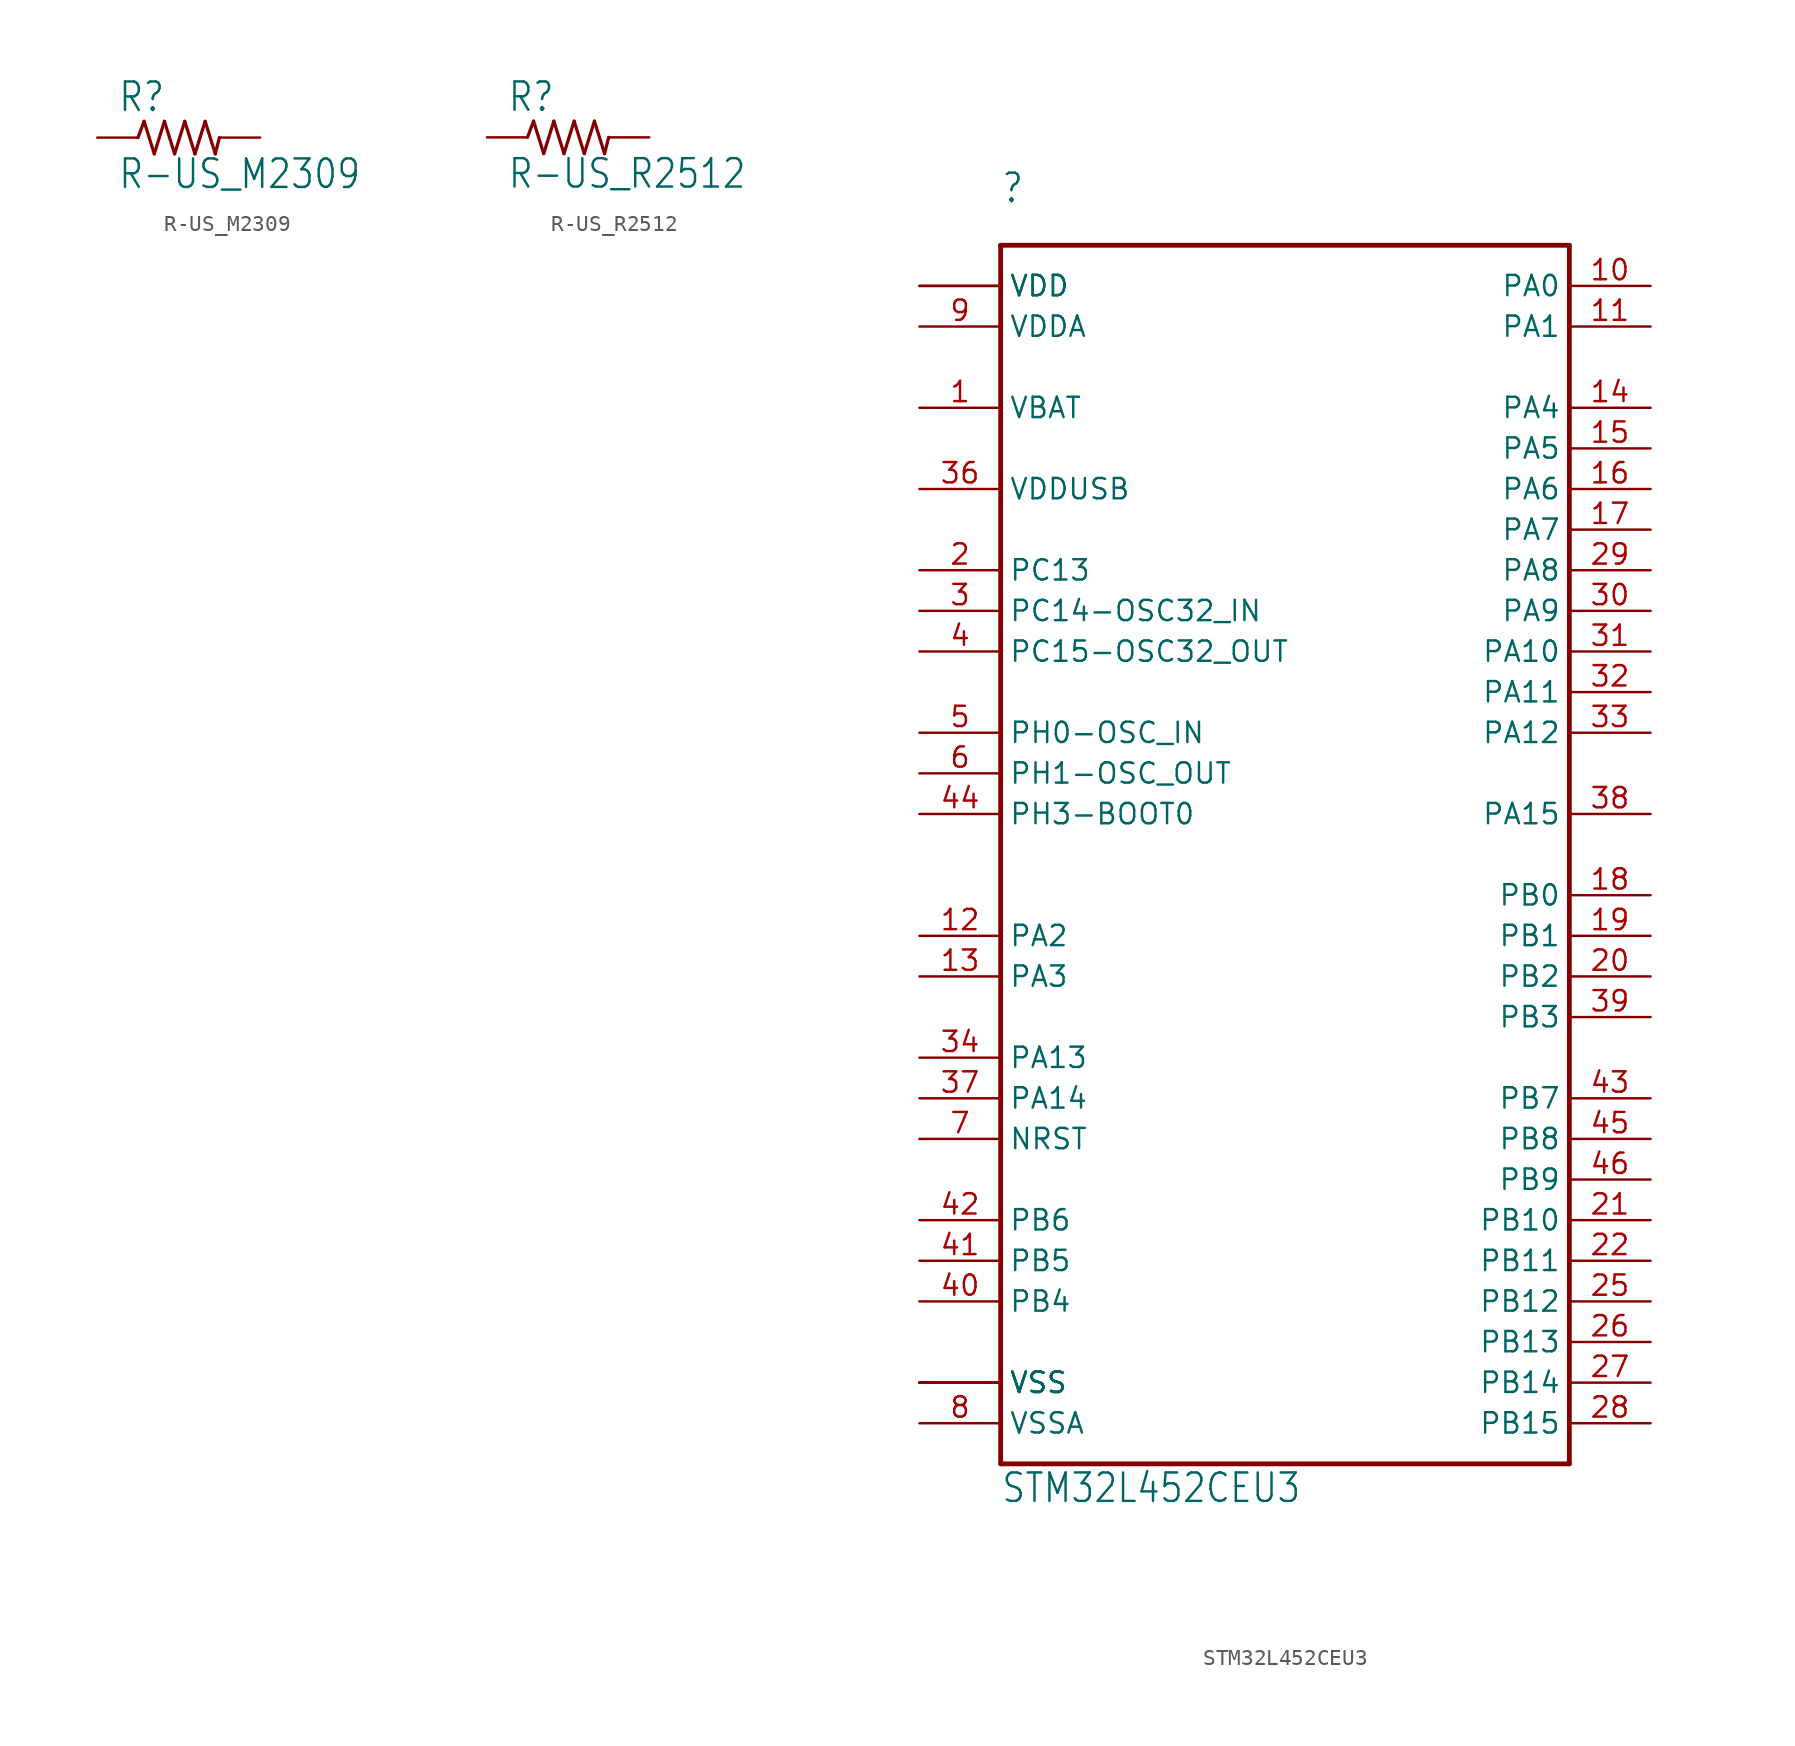
<source format=kicad_sym>
(kicad_symbol_lib
  (version 20211014)
  (generator kicad_symbol_editor)
  (symbol "R-US_M2309"
    (property "Reference" "R"
      (at -3.81 1.499 0)
      (effects (font (size 1.778 1.511)) (justify left bottom)))
    (property "Value" "R-US_M2309"
      (at -3.81 -3.302 0)
      (effects (font (size 1.778 1.511)) (justify left bottom)))
    (property "ki_locked" ""
      (at 0 0 0)
      (effects (font (size 1.27 1.27))))
    (symbol "R-US_M2309_1_0"
      (polyline (pts (xy -2.54 0) (xy -2.159 1.016)) (stroke (width 0.203) (type default)) (fill (type none)))
      (polyline (pts (xy -2.159 1.016) (xy -1.524 -1.016)) (stroke (width 0.203) (type default)) (fill (type none)))
      (polyline (pts (xy -1.524 -1.016) (xy -0.889 1.016)) (stroke (width 0.203) (type default)) (fill (type none)))
      (polyline (pts (xy -0.889 1.016) (xy -0.254 -1.016)) (stroke (width 0.203) (type default)) (fill (type none)))
      (polyline (pts (xy -0.254 -1.016) (xy 0.381 1.016)) (stroke (width 0.203) (type default)) (fill (type none)))
      (polyline (pts (xy 0.381 1.016) (xy 1.016 -1.016)) (stroke (width 0.203) (type default)) (fill (type none)))
      (polyline (pts (xy 1.016 -1.016) (xy 1.651 1.016)) (stroke (width 0.203) (type default)) (fill (type none)))
      (polyline (pts (xy 1.651 1.016) (xy 2.286 -1.016)) (stroke (width 0.203) (type default)) (fill (type none)))
      (polyline (pts (xy 2.286 -1.016) (xy 2.54 0)) (stroke (width 0.203) (type default)) (fill (type none)))
      (pin passive line (at -5.08 0 0) (length 2.54) (name "1" (effects (font (size 0 0)))) (number "1" (effects (font (size 0 0)))))
      (pin passive line (at 5.08 0 180) (length 2.54) (name "2" (effects (font (size 0 0)))) (number "2" (effects (font (size 0 0)))))))
  (symbol "R-US_R2512"
    (property "Reference" "R"
      (at -3.81 1.499 0)
      (effects (font (size 1.778 1.511)) (justify left bottom)))
    (property "Value" "R-US_R2512"
      (at -3.81 -3.302 0)
      (effects (font (size 1.778 1.511)) (justify left bottom)))
    (property "ki_locked" ""
      (at 0 0 0)
      (effects (font (size 1.27 1.27))))
    (symbol "R-US_R2512_1_0"
      (polyline (pts (xy -2.54 0) (xy -2.159 1.016)) (stroke (width 0.203) (type default)) (fill (type none)))
      (polyline (pts (xy -2.159 1.016) (xy -1.524 -1.016)) (stroke (width 0.203) (type default)) (fill (type none)))
      (polyline (pts (xy -1.524 -1.016) (xy -0.889 1.016)) (stroke (width 0.203) (type default)) (fill (type none)))
      (polyline (pts (xy -0.889 1.016) (xy -0.254 -1.016)) (stroke (width 0.203) (type default)) (fill (type none)))
      (polyline (pts (xy -0.254 -1.016) (xy 0.381 1.016)) (stroke (width 0.203) (type default)) (fill (type none)))
      (polyline (pts (xy 0.381 1.016) (xy 1.016 -1.016)) (stroke (width 0.203) (type default)) (fill (type none)))
      (polyline (pts (xy 1.016 -1.016) (xy 1.651 1.016)) (stroke (width 0.203) (type default)) (fill (type none)))
      (polyline (pts (xy 1.651 1.016) (xy 2.286 -1.016)) (stroke (width 0.203) (type default)) (fill (type none)))
      (polyline (pts (xy 2.286 -1.016) (xy 2.54 0)) (stroke (width 0.203) (type default)) (fill (type none)))
      (pin passive line (at -5.08 0 0) (length 2.54) (name "1" (effects (font (size 0 0)))) (number "1" (effects (font (size 0 0)))))
      (pin passive line (at 5.08 0 180) (length 2.54) (name "2" (effects (font (size 0 0)))) (number "2" (effects (font (size 0 0)))))))
  (symbol "STM32L452CEU3"
    (property "Reference" ""
      (at -17.78 40.64 0)
      (effects (font (size 1.778 1.511)) (justify left bottom)))
    (property "Value" "STM32L452CEU3"
      (at -17.78 -40.64 0)
      (effects (font (size 1.778 1.511)) (justify left bottom)))
    (property "ki_locked" ""
      (at 0 0 0)
      (effects (font (size 1.27 1.27))))
    (symbol "STM32L452CEU3_1_0"
      (polyline (pts (xy -17.78 -38.1) (xy 17.78 -38.1)) (stroke (width 0.3) (type default)) (fill (type none)))
      (polyline (pts (xy -17.78 38.1) (xy -17.78 -38.1)) (stroke (width 0.3) (type default)) (fill (type none)))
      (polyline (pts (xy 17.78 -38.1) (xy 17.78 38.1)) (stroke (width 0.3) (type default)) (fill (type none)))
      (polyline (pts (xy 17.78 38.1) (xy -17.78 38.1)) (stroke (width 0.3) (type default)) (fill (type none)))
      (pin bidirectional line (at -22.86 27.94 0) (length 5.08) (name "VBAT" (effects (font (size 1.27 1.27)))) (number "1" (effects (font (size 1.27 1.27)))))
      (pin bidirectional line (at 22.86 35.56 180) (length 5.08) (name "PA0" (effects (font (size 1.27 1.27)))) (number "10" (effects (font (size 1.27 1.27)))))
      (pin bidirectional line (at 22.86 33.02 180) (length 5.08) (name "PA1" (effects (font (size 1.27 1.27)))) (number "11" (effects (font (size 1.27 1.27)))))
      (pin bidirectional line (at -22.86 -5.08 0) (length 5.08) (name "PA2" (effects (font (size 1.27 1.27)))) (number "12" (effects (font (size 1.27 1.27)))))
      (pin bidirectional line (at -22.86 -7.62 0) (length 5.08) (name "PA3" (effects (font (size 1.27 1.27)))) (number "13" (effects (font (size 1.27 1.27)))))
      (pin bidirectional line (at 22.86 27.94 180) (length 5.08) (name "PA4" (effects (font (size 1.27 1.27)))) (number "14" (effects (font (size 1.27 1.27)))))
      (pin bidirectional line (at 22.86 25.4 180) (length 5.08) (name "PA5" (effects (font (size 1.27 1.27)))) (number "15" (effects (font (size 1.27 1.27)))))
      (pin bidirectional line (at 22.86 22.86 180) (length 5.08) (name "PA6" (effects (font (size 1.27 1.27)))) (number "16" (effects (font (size 1.27 1.27)))))
      (pin bidirectional line (at 22.86 20.32 180) (length 5.08) (name "PA7" (effects (font (size 1.27 1.27)))) (number "17" (effects (font (size 1.27 1.27)))))
      (pin bidirectional line (at 22.86 -2.54 180) (length 5.08) (name "PB0" (effects (font (size 1.27 1.27)))) (number "18" (effects (font (size 1.27 1.27)))))
      (pin bidirectional line (at 22.86 -5.08 180) (length 5.08) (name "PB1" (effects (font (size 1.27 1.27)))) (number "19" (effects (font (size 1.27 1.27)))))
      (pin bidirectional line (at -22.86 17.78 0) (length 5.08) (name "PC13" (effects (font (size 1.27 1.27)))) (number "2" (effects (font (size 1.27 1.27)))))
      (pin bidirectional line (at 22.86 -7.62 180) (length 5.08) (name "PB2" (effects (font (size 1.27 1.27)))) (number "20" (effects (font (size 1.27 1.27)))))
      (pin bidirectional line (at 22.86 -22.86 180) (length 5.08) (name "PB10" (effects (font (size 1.27 1.27)))) (number "21" (effects (font (size 1.27 1.27)))))
      (pin bidirectional line (at 22.86 -25.4 180) (length 5.08) (name "PB11" (effects (font (size 1.27 1.27)))) (number "22" (effects (font (size 1.27 1.27)))))
      (pin bidirectional line (at -22.86 -33.02 0) (length 5.08) (name "VSS" (effects (font (size 1.27 1.27)))) (number "23" (effects (font (size 0 0)))))
      (pin bidirectional line (at -22.86 35.56 0) (length 5.08) (name "VDD" (effects (font (size 1.27 1.27)))) (number "24" (effects (font (size 0 0)))))
      (pin bidirectional line (at 22.86 -27.94 180) (length 5.08) (name "PB12" (effects (font (size 1.27 1.27)))) (number "25" (effects (font (size 1.27 1.27)))))
      (pin bidirectional line (at 22.86 -30.48 180) (length 5.08) (name "PB13" (effects (font (size 1.27 1.27)))) (number "26" (effects (font (size 1.27 1.27)))))
      (pin bidirectional line (at 22.86 -33.02 180) (length 5.08) (name "PB14" (effects (font (size 1.27 1.27)))) (number "27" (effects (font (size 1.27 1.27)))))
      (pin bidirectional line (at 22.86 -35.56 180) (length 5.08) (name "PB15" (effects (font (size 1.27 1.27)))) (number "28" (effects (font (size 1.27 1.27)))))
      (pin bidirectional line (at 22.86 17.78 180) (length 5.08) (name "PA8" (effects (font (size 1.27 1.27)))) (number "29" (effects (font (size 1.27 1.27)))))
      (pin bidirectional line (at -22.86 15.24 0) (length 5.08) (name "PC14-OSC32_IN" (effects (font (size 1.27 1.27)))) (number "3" (effects (font (size 1.27 1.27)))))
      (pin bidirectional line (at 22.86 15.24 180) (length 5.08) (name "PA9" (effects (font (size 1.27 1.27)))) (number "30" (effects (font (size 1.27 1.27)))))
      (pin bidirectional line (at 22.86 12.7 180) (length 5.08) (name "PA10" (effects (font (size 1.27 1.27)))) (number "31" (effects (font (size 1.27 1.27)))))
      (pin bidirectional line (at 22.86 10.16 180) (length 5.08) (name "PA11" (effects (font (size 1.27 1.27)))) (number "32" (effects (font (size 1.27 1.27)))))
      (pin bidirectional line (at 22.86 7.62 180) (length 5.08) (name "PA12" (effects (font (size 1.27 1.27)))) (number "33" (effects (font (size 1.27 1.27)))))
      (pin bidirectional line (at -22.86 -12.7 0) (length 5.08) (name "PA13" (effects (font (size 1.27 1.27)))) (number "34" (effects (font (size 1.27 1.27)))))
      (pin bidirectional line (at -22.86 -33.02 0) (length 5.08) (name "VSS" (effects (font (size 1.27 1.27)))) (number "35" (effects (font (size 0 0)))))
      (pin bidirectional line (at -22.86 22.86 0) (length 5.08) (name "VDDUSB" (effects (font (size 1.27 1.27)))) (number "36" (effects (font (size 1.27 1.27)))))
      (pin bidirectional line (at -22.86 -15.24 0) (length 5.08) (name "PA14" (effects (font (size 1.27 1.27)))) (number "37" (effects (font (size 1.27 1.27)))))
      (pin bidirectional line (at 22.86 2.54 180) (length 5.08) (name "PA15" (effects (font (size 1.27 1.27)))) (number "38" (effects (font (size 1.27 1.27)))))
      (pin bidirectional line (at 22.86 -10.16 180) (length 5.08) (name "PB3" (effects (font (size 1.27 1.27)))) (number "39" (effects (font (size 1.27 1.27)))))
      (pin bidirectional line (at -22.86 12.7 0) (length 5.08) (name "PC15-OSC32_OUT" (effects (font (size 1.27 1.27)))) (number "4" (effects (font (size 1.27 1.27)))))
      (pin bidirectional line (at -22.86 -27.94 0) (length 5.08) (name "PB4" (effects (font (size 1.27 1.27)))) (number "40" (effects (font (size 1.27 1.27)))))
      (pin bidirectional line (at -22.86 -25.4 0) (length 5.08) (name "PB5" (effects (font (size 1.27 1.27)))) (number "41" (effects (font (size 1.27 1.27)))))
      (pin bidirectional line (at -22.86 -22.86 0) (length 5.08) (name "PB6" (effects (font (size 1.27 1.27)))) (number "42" (effects (font (size 1.27 1.27)))))
      (pin bidirectional line (at 22.86 -15.24 180) (length 5.08) (name "PB7" (effects (font (size 1.27 1.27)))) (number "43" (effects (font (size 1.27 1.27)))))
      (pin bidirectional line (at -22.86 2.54 0) (length 5.08) (name "PH3-BOOT0" (effects (font (size 1.27 1.27)))) (number "44" (effects (font (size 1.27 1.27)))))
      (pin bidirectional line (at 22.86 -17.78 180) (length 5.08) (name "PB8" (effects (font (size 1.27 1.27)))) (number "45" (effects (font (size 1.27 1.27)))))
      (pin bidirectional line (at 22.86 -20.32 180) (length 5.08) (name "PB9" (effects (font (size 1.27 1.27)))) (number "46" (effects (font (size 1.27 1.27)))))
      (pin bidirectional line (at -22.86 -33.02 0) (length 5.08) (name "VSS" (effects (font (size 1.27 1.27)))) (number "47" (effects (font (size 0 0)))))
      (pin bidirectional line (at -22.86 35.56 0) (length 5.08) (name "VDD" (effects (font (size 1.27 1.27)))) (number "48" (effects (font (size 0 0)))))
      (pin bidirectional line (at -22.86 7.62 0) (length 5.08) (name "PH0-OSC_IN" (effects (font (size 1.27 1.27)))) (number "5" (effects (font (size 1.27 1.27)))))
      (pin bidirectional line (at -22.86 5.08 0) (length 5.08) (name "PH1-OSC_OUT" (effects (font (size 1.27 1.27)))) (number "6" (effects (font (size 1.27 1.27)))))
      (pin bidirectional line (at -22.86 -17.78 0) (length 5.08) (name "NRST" (effects (font (size 1.27 1.27)))) (number "7" (effects (font (size 1.27 1.27)))))
      (pin bidirectional line (at -22.86 -35.56 0) (length 5.08) (name "VSSA" (effects (font (size 1.27 1.27)))) (number "8" (effects (font (size 1.27 1.27)))))
      (pin bidirectional line (at -22.86 33.02 0) (length 5.08) (name "VDDA" (effects (font (size 1.27 1.27)))) (number "9" (effects (font (size 1.27 1.27)))))
      (pin bidirectional line (at -22.86 -33.02 0) (length 5.08) (name "VSS" (effects (font (size 1.27 1.27)))) (number "EPAD" (effects (font (size 0 0))))))))
</source>
